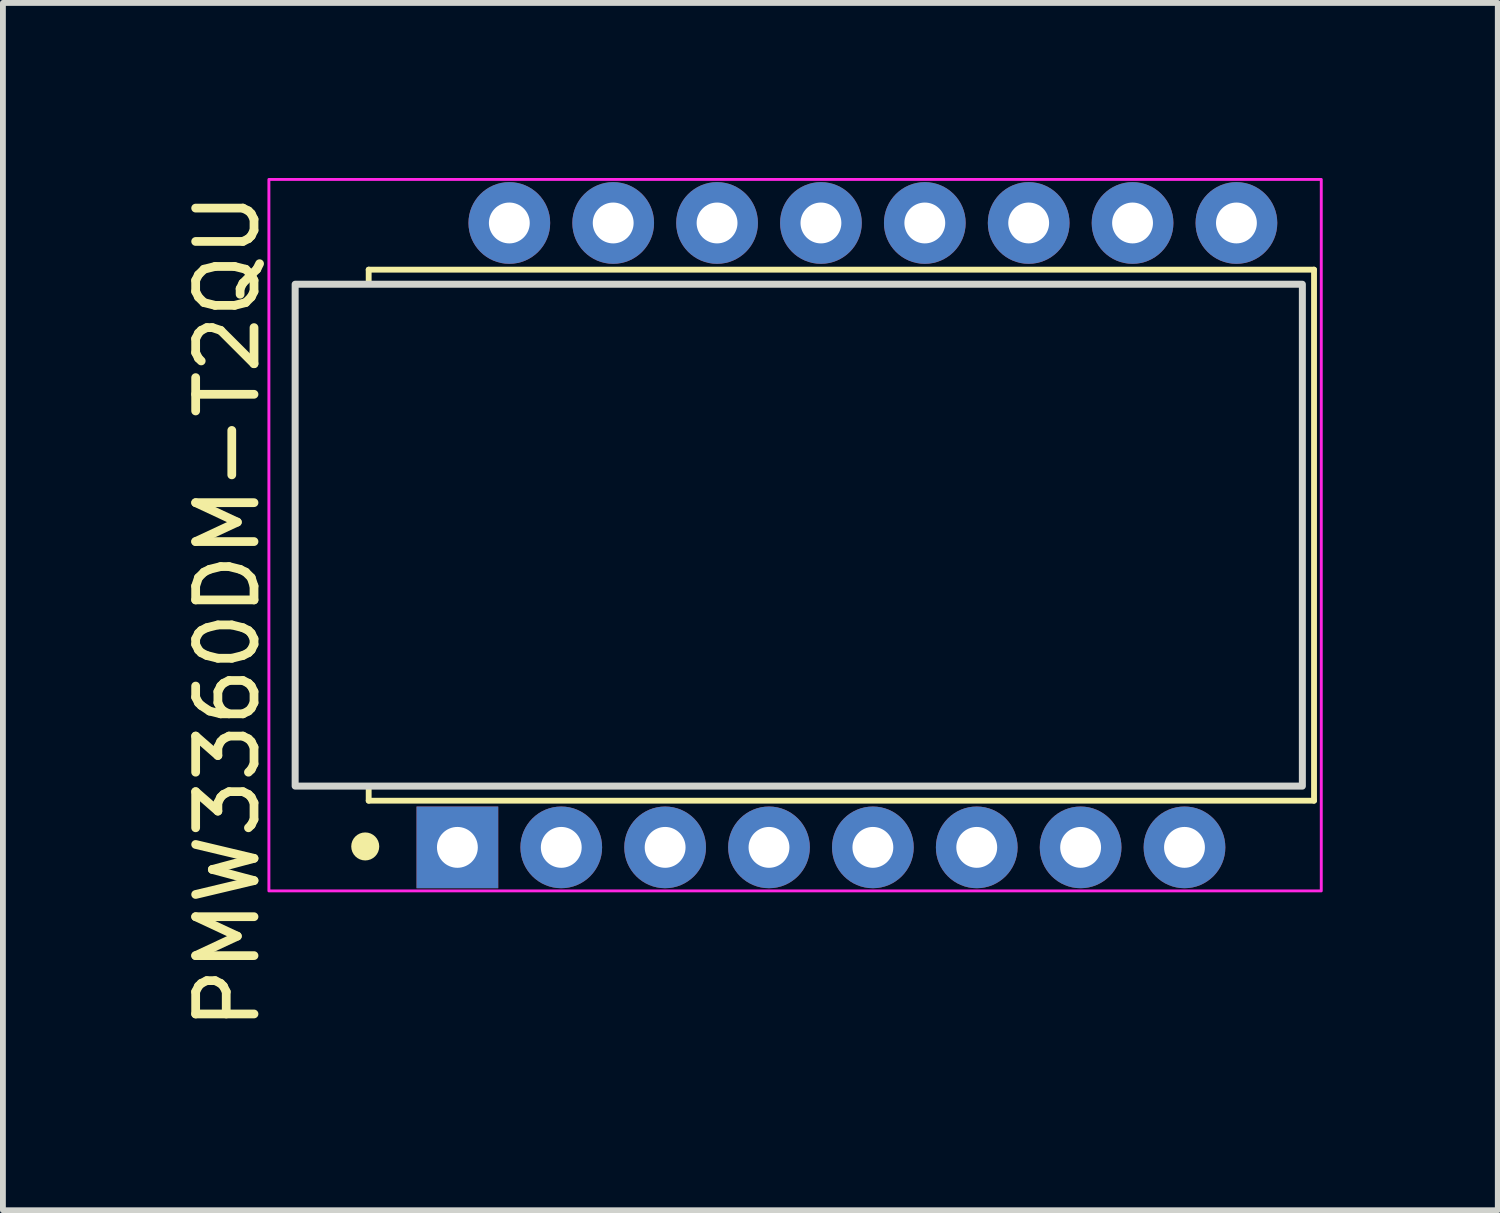
<source format=kicad_pcb>
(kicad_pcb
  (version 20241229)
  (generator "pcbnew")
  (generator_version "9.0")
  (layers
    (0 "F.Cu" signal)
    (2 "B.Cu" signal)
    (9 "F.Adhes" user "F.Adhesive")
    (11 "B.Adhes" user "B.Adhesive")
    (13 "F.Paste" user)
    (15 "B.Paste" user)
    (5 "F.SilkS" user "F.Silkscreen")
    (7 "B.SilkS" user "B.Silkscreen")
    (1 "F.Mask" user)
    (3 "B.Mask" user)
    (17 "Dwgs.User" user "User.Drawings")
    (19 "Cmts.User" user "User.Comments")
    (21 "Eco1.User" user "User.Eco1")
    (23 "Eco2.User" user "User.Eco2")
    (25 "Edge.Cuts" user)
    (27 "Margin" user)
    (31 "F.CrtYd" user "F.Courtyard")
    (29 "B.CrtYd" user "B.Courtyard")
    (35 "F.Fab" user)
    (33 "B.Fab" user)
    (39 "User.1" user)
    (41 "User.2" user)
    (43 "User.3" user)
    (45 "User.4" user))
  (footprint "PMW3360DM-T2QU"
    (layer "F.Cu")
    (at 10.448 6.121)
    (property "Reference" "PMW3360DM-T2QU" (at -9.6 1.3 270) (layer "F.SilkS") (effects (font (size 1 1) (thickness 0.15))))
    (attr exclude_from_pos_files exclude_from_bom)
    (fp_line (start -7.18 -4.55) (end 9.02 -4.55) (stroke (width 0.1) (type solid)) (layer "F.SilkS"))
    (fp_line (start -7.18 -4.318) (end -7.18 -4.55) (stroke (width 0.1) (type solid)) (layer "F.SilkS"))
    (fp_line (start -7.18 4.55) (end -7.18 4.318) (stroke (width 0.1) (type solid)) (layer "F.SilkS"))
    (fp_line (start 9.02 -4.55) (end 9.02 4.55) (stroke (width 0.1) (type solid)) (layer "F.SilkS"))
    (fp_line (start 9.02 4.55) (end -7.18 4.55) (stroke (width 0.1) (type solid)) (layer "F.SilkS"))
    (fp_circle (center -7.239 5.334) (end -7.059 5.334) (stroke (width 0.12) (type solid)) (fill yes) (layer "F.SilkS"))
    (fp_rect (start -8.44 -4.3) (end 8.82 4.3) (stroke (width 0.12) (type solid)) (fill no) (layer "Edge.Cuts"))
    (fp_rect (start -8.89 -6.096) (end 9.144 6.096) (stroke (width 0.05) (type solid)) (fill no) (layer "F.CrtYd"))
    (pad "1" thru_hole rect (at -5.66 5.35) (size 1.4 1.4) (drill 0.7) (layers "*.Cu" "*.Mask"))
    (pad "2" thru_hole circle (at -3.88 5.35) (size 1.4 1.4) (drill 0.7) (layers "*.Cu" "*.Mask"))
    (pad "3" thru_hole circle (at -2.1 5.35) (size 1.4 1.4) (drill 0.7) (layers "*.Cu" "*.Mask"))
    (pad "4" thru_hole circle (at -0.32 5.35) (size 1.4 1.4) (drill 0.7) (layers "*.Cu" "*.Mask"))
    (pad "5" thru_hole circle (at 1.46 5.35) (size 1.4 1.4) (drill 0.7) (layers "*.Cu" "*.Mask"))
    (pad "6" thru_hole circle (at 3.24 5.35) (size 1.4 1.4) (drill 0.7) (layers "*.Cu" "*.Mask"))
    (pad "7" thru_hole circle (at 5.02 5.35) (size 1.4 1.4) (drill 0.7) (layers "*.Cu" "*.Mask"))
    (pad "8" thru_hole circle (at 6.8 5.35) (size 1.4 1.4) (drill 0.7) (layers "*.Cu" "*.Mask"))
    (pad "9" thru_hole circle (at 7.69 -5.35) (size 1.4 1.4) (drill 0.7) (layers "*.Cu" "*.Mask"))
    (pad "10" thru_hole circle (at 5.91 -5.35) (size 1.4 1.4) (drill 0.7) (layers "*.Cu" "*.Mask"))
    (pad "11" thru_hole circle (at 4.13 -5.35) (size 1.4 1.4) (drill 0.7) (layers "*.Cu" "*.Mask"))
    (pad "12" thru_hole circle (at 2.35 -5.35) (size 1.4 1.4) (drill 0.7) (layers "*.Cu" "*.Mask"))
    (pad "13" thru_hole circle (at 0.57 -5.35) (size 1.4 1.4) (drill 0.7) (layers "*.Cu" "*.Mask"))
    (pad "14" thru_hole circle (at -1.21 -5.35) (size 1.4 1.4) (drill 0.7) (layers "*.Cu" "*.Mask"))
    (pad "15" thru_hole circle (at -2.99 -5.35) (size 1.4 1.4) (drill 0.7) (layers "*.Cu" "*.Mask"))
    (pad "16" thru_hole circle (at -4.77 -5.35) (size 1.4 1.4) (drill 0.7) (layers "*.Cu" "*.Mask")))
  (gr_rect
    (start -3 -3)
    (end 22.617 17.689)
    (stroke (width 0.1) (type default))
    (fill no)
    (layer "Edge.Cuts")))
</source>
